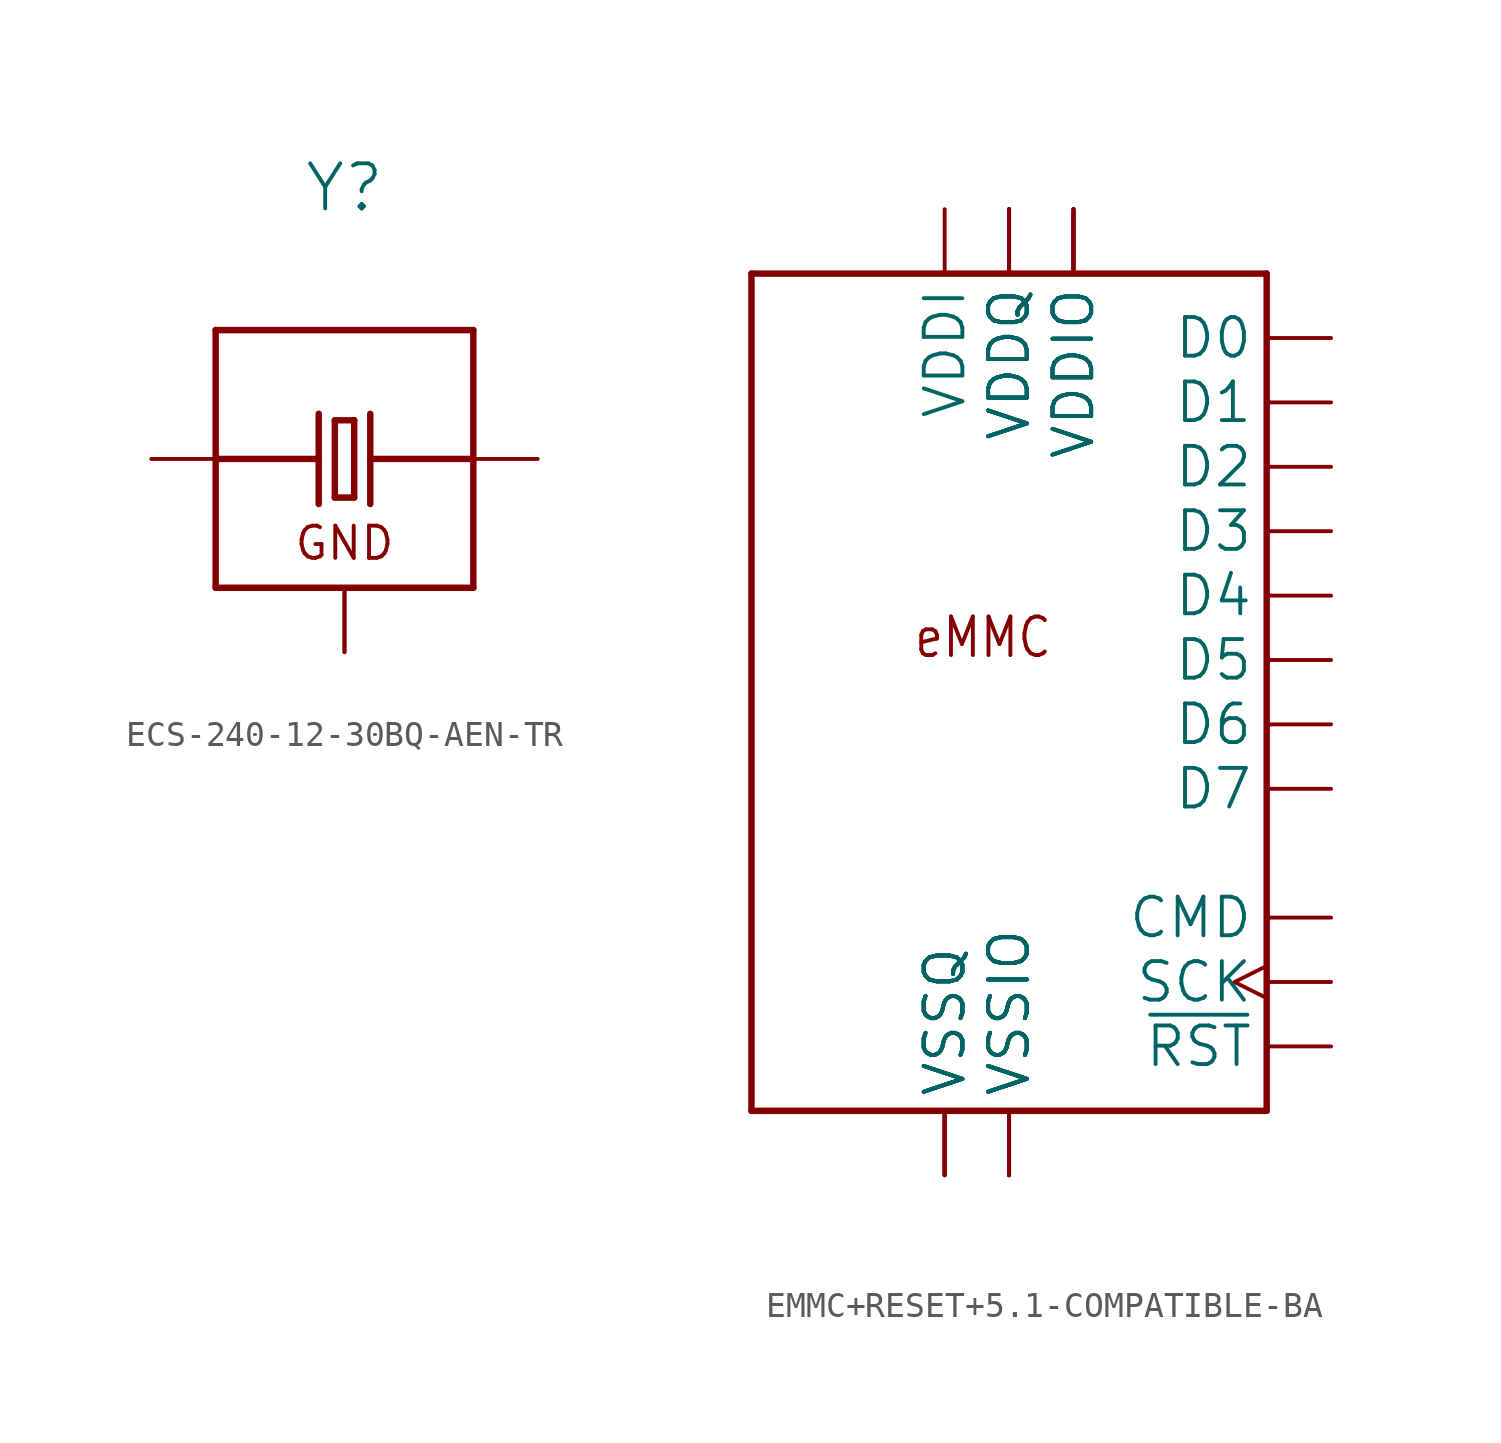
<source format=kicad_sym>
(kicad_symbol_lib
  (version 20241209)
  (generator "kicad_symbol_editor")
  (generator_version "9.0")
  (symbol "ECS-240-12-30BQ-AEN-TR"
    (property "Reference" "Y"
      (at 0 9.652 0)
      (effects (font (size 1.778 1.778)) (justify bottom)))
    (property "Value" ""
      (at 0 8.128 0)
      (effects (font (size 1.778 1.778)) (justify top)))
    (property "ki_locked" ""
      (at 0 0 0)
      (effects (font (size 1.27 1.27))))
    (symbol "ECS-240-12-30BQ-AEN-TR_1_0"
      (polyline (pts (xy -5.08 5.08) (xy -5.08 0)) (stroke (width 0.254) (type solid)) (fill (type none)))
      (polyline (pts (xy -5.08 0) (xy -5.08 -5.08)) (stroke (width 0.254) (type solid)) (fill (type none)))
      (polyline (pts (xy -5.08 0) (xy -1.016 0)) (stroke (width 0.254) (type solid)) (fill (type none)))
      (polyline (pts (xy -5.08 -5.08) (xy 5.08 -5.08)) (stroke (width 0.254) (type solid)) (fill (type none)))
      (polyline (pts (xy -1.016 1.778) (xy -1.016 0)) (stroke (width 0.254) (type solid)) (fill (type none)))
      (polyline (pts (xy -1.016 0) (xy -1.016 -1.778)) (stroke (width 0.254) (type solid)) (fill (type none)))
      (polyline (pts (xy -0.381 1.524) (xy -0.381 -1.524)) (stroke (width 0.254) (type solid)) (fill (type none)))
      (polyline (pts (xy -0.381 -1.524) (xy 0.381 -1.524)) (stroke (width 0.254) (type solid)) (fill (type none)))
      (polyline (pts (xy 0.381 1.524) (xy -0.381 1.524)) (stroke (width 0.254) (type solid)) (fill (type none)))
      (polyline (pts (xy 0.381 -1.524) (xy 0.381 1.524)) (stroke (width 0.254) (type solid)) (fill (type none)))
      (polyline (pts (xy 1.016 1.778) (xy 1.016 0)) (stroke (width 0.254) (type solid)) (fill (type none)))
      (polyline (pts (xy 1.016 0) (xy 1.016 -1.778)) (stroke (width 0.254) (type solid)) (fill (type none)))
      (polyline (pts (xy 5.08 5.08) (xy -5.08 5.08)) (stroke (width 0.254) (type solid)) (fill (type none)))
      (polyline (pts (xy 5.08 0) (xy 1.016 0)) (stroke (width 0.254) (type solid)) (fill (type none)))
      (polyline (pts (xy 5.08 0) (xy 5.08 5.08)) (stroke (width 0.254) (type solid)) (fill (type none)))
      (polyline (pts (xy 5.08 -5.08) (xy 5.08 0)) (stroke (width 0.254) (type solid)) (fill (type none)))
      (text "GND" (at 0 -4.064 0) (effects (font (size 1.27 1.27)) (justify bottom)))
      (pin passive line (at -7.62 0 0) (length 2.54) (name "X1" (effects (font (size 0 0)))) (number "1" (effects (font (size 0 0)))))
      (pin power_in line (at 0 -7.62 90) (length 2.54) (name "GND" (effects (font (size 0 0)))) (number "2" (effects (font (size 0 0)))))
      (pin power_in line (at 0 -7.62 90) (length 2.54) (name "GND" (effects (font (size 0 0)))) (number "4" (effects (font (size 0 0)))))
      (pin passive line (at 7.62 0 180) (length 2.54) (name "X2" (effects (font (size 0 0)))) (number "3" (effects (font (size 0 0)))))))
  (symbol "EMMC+RESET+5.1-COMPATIBLE-BA"
    (property "Reference" "U"
      (at -11.43 21.59 0)
      (effects (font (size 1.778 1.511)) (justify left bottom) (hide yes)))
    (property "Value" ""
      (at 3.81 -20.32 0)
      (effects (font (size 1.778 1.511)) (justify left bottom)))
    (property "ki_locked" ""
      (at 0 0 0)
      (effects (font (size 1.27 1.27))))
    (symbol "EMMC+RESET+5.1-COMPATIBLE-BA_1_0"
      (polyline (pts (xy -10.16 15.24) (xy -10.16 -17.78)) (stroke (width 0.254) (type solid)) (fill (type none)))
      (polyline (pts (xy -10.16 -17.78) (xy 10.16 -17.78)) (stroke (width 0.254) (type solid)) (fill (type none)))
      (polyline (pts (xy 10.16 15.24) (xy -10.16 15.24)) (stroke (width 0.254) (type solid)) (fill (type none)))
      (polyline (pts (xy 10.16 -17.78) (xy 10.16 15.24)) (stroke (width 0.254) (type solid)) (fill (type none)))
      (text "eMMC" (at -3.81 0 0) (effects (font (size 1.524 1.295)) (justify left bottom)))
      (pin power_in line (at -2.54 17.78 270) (length 2.54) (name "VDDI" (effects (font (size 1.524 1.524)))) (number "C2" (effects (font (size 0 0)))))
      (pin power_in line (at -2.54 -20.32 90) (length 2.54) (name "VSSQ" (effects (font (size 1.524 1.524)))) (number "C4" (effects (font (size 0 0)))))
      (pin power_in line (at -2.54 -20.32 90) (length 2.54) (name "VSSQ" (effects (font (size 1.524 1.524)))) (number "N2" (effects (font (size 0 0)))))
      (pin power_in line (at -2.54 -20.32 90) (length 2.54) (name "VSSQ" (effects (font (size 1.524 1.524)))) (number "N5" (effects (font (size 0 0)))))
      (pin power_in line (at -2.54 -20.32 90) (length 2.54) (name "VSSQ" (effects (font (size 1.524 1.524)))) (number "P4" (effects (font (size 0 0)))))
      (pin power_in line (at -2.54 -20.32 90) (length 2.54) (name "VSSQ" (effects (font (size 1.524 1.524)))) (number "P6" (effects (font (size 0 0)))))
      (pin power_in line (at 0 17.78 270) (length 2.54) (name "VDDQ" (effects (font (size 1.524 1.524)))) (number "C6" (effects (font (size 0 0)))))
      (pin power_in line (at 0 17.78 270) (length 2.54) (name "VDDQ" (effects (font (size 1.524 1.524)))) (number "M4" (effects (font (size 0 0)))))
      (pin power_in line (at 0 17.78 270) (length 2.54) (name "VDDQ" (effects (font (size 1.524 1.524)))) (number "N4" (effects (font (size 0 0)))))
      (pin power_in line (at 0 17.78 270) (length 2.54) (name "VDDQ" (effects (font (size 1.524 1.524)))) (number "P3" (effects (font (size 0 0)))))
      (pin power_in line (at 0 17.78 270) (length 2.54) (name "VDDQ" (effects (font (size 1.524 1.524)))) (number "P5" (effects (font (size 0 0)))))
      (pin power_in line (at 0 -20.32 90) (length 2.54) (name "VSSIO" (effects (font (size 1.524 1.524)))) (number "A6" (effects (font (size 0 0)))))
      (pin power_in line (at 0 -20.32 90) (length 2.54) (name "VSSIO" (effects (font (size 1.524 1.524)))) (number "E7" (effects (font (size 0 0)))))
      (pin power_in line (at 0 -20.32 90) (length 2.54) (name "VSSIO" (effects (font (size 1.524 1.524)))) (number "G5" (effects (font (size 0 0)))))
      (pin power_in line (at 0 -20.32 90) (length 2.54) (name "VSSIO" (effects (font (size 1.524 1.524)))) (number "H10" (effects (font (size 0 0)))))
      (pin power_in line (at 0 -20.32 90) (length 2.54) (name "VSSIO" (effects (font (size 1.524 1.524)))) (number "J5" (effects (font (size 0 0)))))
      (pin power_in line (at 0 -20.32 90) (length 2.54) (name "VSSIO" (effects (font (size 1.524 1.524)))) (number "K8" (effects (font (size 0 0)))))
      (pin power_in line (at 2.54 17.78 270) (length 2.54) (name "VDDIO" (effects (font (size 1.524 1.524)))) (number "E6" (effects (font (size 0 0)))))
      (pin power_in line (at 2.54 17.78 270) (length 2.54) (name "VDDIO" (effects (font (size 1.524 1.524)))) (number "F5" (effects (font (size 0 0)))))
      (pin power_in line (at 2.54 17.78 270) (length 2.54) (name "VDDIO" (effects (font (size 1.524 1.524)))) (number "J10" (effects (font (size 0 0)))))
      (pin power_in line (at 2.54 17.78 270) (length 2.54) (name "VDDIO" (effects (font (size 1.524 1.524)))) (number "K9" (effects (font (size 0 0)))))
      (pin input line (at 12.7 12.7 180) (length 2.54) (name "D0" (effects (font (size 1.524 1.524)))) (number "A3" (effects (font (size 0 0)))))
      (pin input line (at 12.7 10.16 180) (length 2.54) (name "D1" (effects (font (size 1.524 1.524)))) (number "A4" (effects (font (size 0 0)))))
      (pin input line (at 12.7 7.62 180) (length 2.54) (name "D2" (effects (font (size 1.524 1.524)))) (number "A5" (effects (font (size 0 0)))))
      (pin input line (at 12.7 5.08 180) (length 2.54) (name "D3" (effects (font (size 1.524 1.524)))) (number "B2" (effects (font (size 0 0)))))
      (pin input line (at 12.7 2.54 180) (length 2.54) (name "D4" (effects (font (size 1.524 1.524)))) (number "B3" (effects (font (size 0 0)))))
      (pin input line (at 12.7 0 180) (length 2.54) (name "D5" (effects (font (size 1.524 1.524)))) (number "B4" (effects (font (size 0 0)))))
      (pin bidirectional line (at 12.7 -2.54 180) (length 2.54) (name "D6" (effects (font (size 1.524 1.524)))) (number "B5" (effects (font (size 0 0)))))
      (pin input line (at 12.7 -5.08 180) (length 2.54) (name "D7" (effects (font (size 1.524 1.524)))) (number "B6" (effects (font (size 0 0)))))
      (pin input line (at 12.7 -10.16 180) (length 2.54) (name "CMD" (effects (font (size 1.524 1.524)))) (number "M5" (effects (font (size 0 0)))))
      (pin input clock (at 12.7 -12.7 180) (length 2.54) (name "SCK" (effects (font (size 1.524 1.524)))) (number "M6" (effects (font (size 0 0)))))
      (pin input line (at 12.7 -15.24 180) (length 2.54) (name "~{RST}" (effects (font (size 1.524 1.524)))) (number "K5" (effects (font (size 0 0))))))))
</source>
